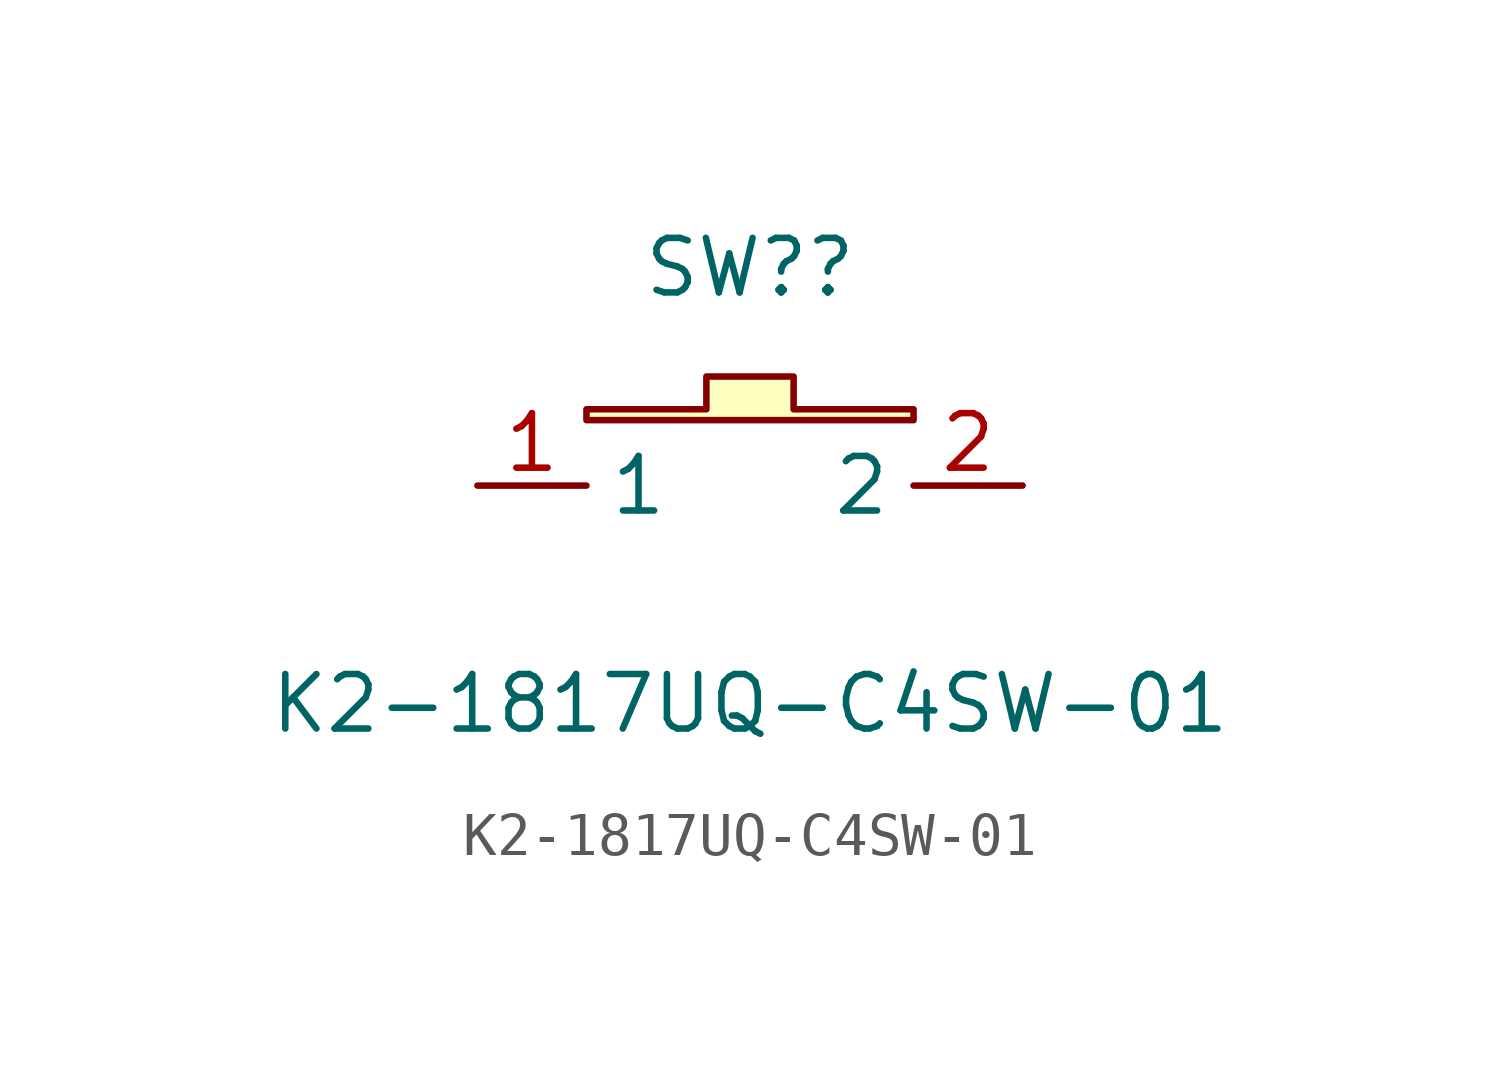
<source format=kicad_sym>
(kicad_symbol_lib
  (version 20211014)
  (generator https://github.com/uPesy/easyeda2kicad.py)
  (symbol "K2-1817UQ-C4SW-01"
    (property "Reference" "SW?"
      (at 0 3.81 0)
      (effects (font (size 1.27 1.27))))
    (property "Value" "K2-1817UQ-C4SW-01"
      (at 0 -6.35 0)
      (effects (font (size 1.27 1.27))))
    (symbol "K2-1817UQ-C4SW-01_0_1"
      (polyline (pts (xy -3.81 0.508) (xy -3.81 0.254) (xy 3.81 0.254) (xy 3.81 0.508) (xy 1.016 0.508) (xy 1.016 1.27) (xy -1.016 1.27) (xy -1.016 0.508) (xy -3.81 0.508)) (stroke (width 0) (type default) (color 0 0 0 0)) (fill (type background)))
      (pin input line (at -6.35 -1.27 0) (length 2.54) (name "1" (effects (font (size 1.27 1.27)))) (number "1" (effects (font (size 1.27 1.27)))))
      (pin input line (at 6.35 -1.27 180) (length 2.54) (name "2" (effects (font (size 1.27 1.27)))) (number "2" (effects (font (size 1.27 1.27))))))))
</source>
